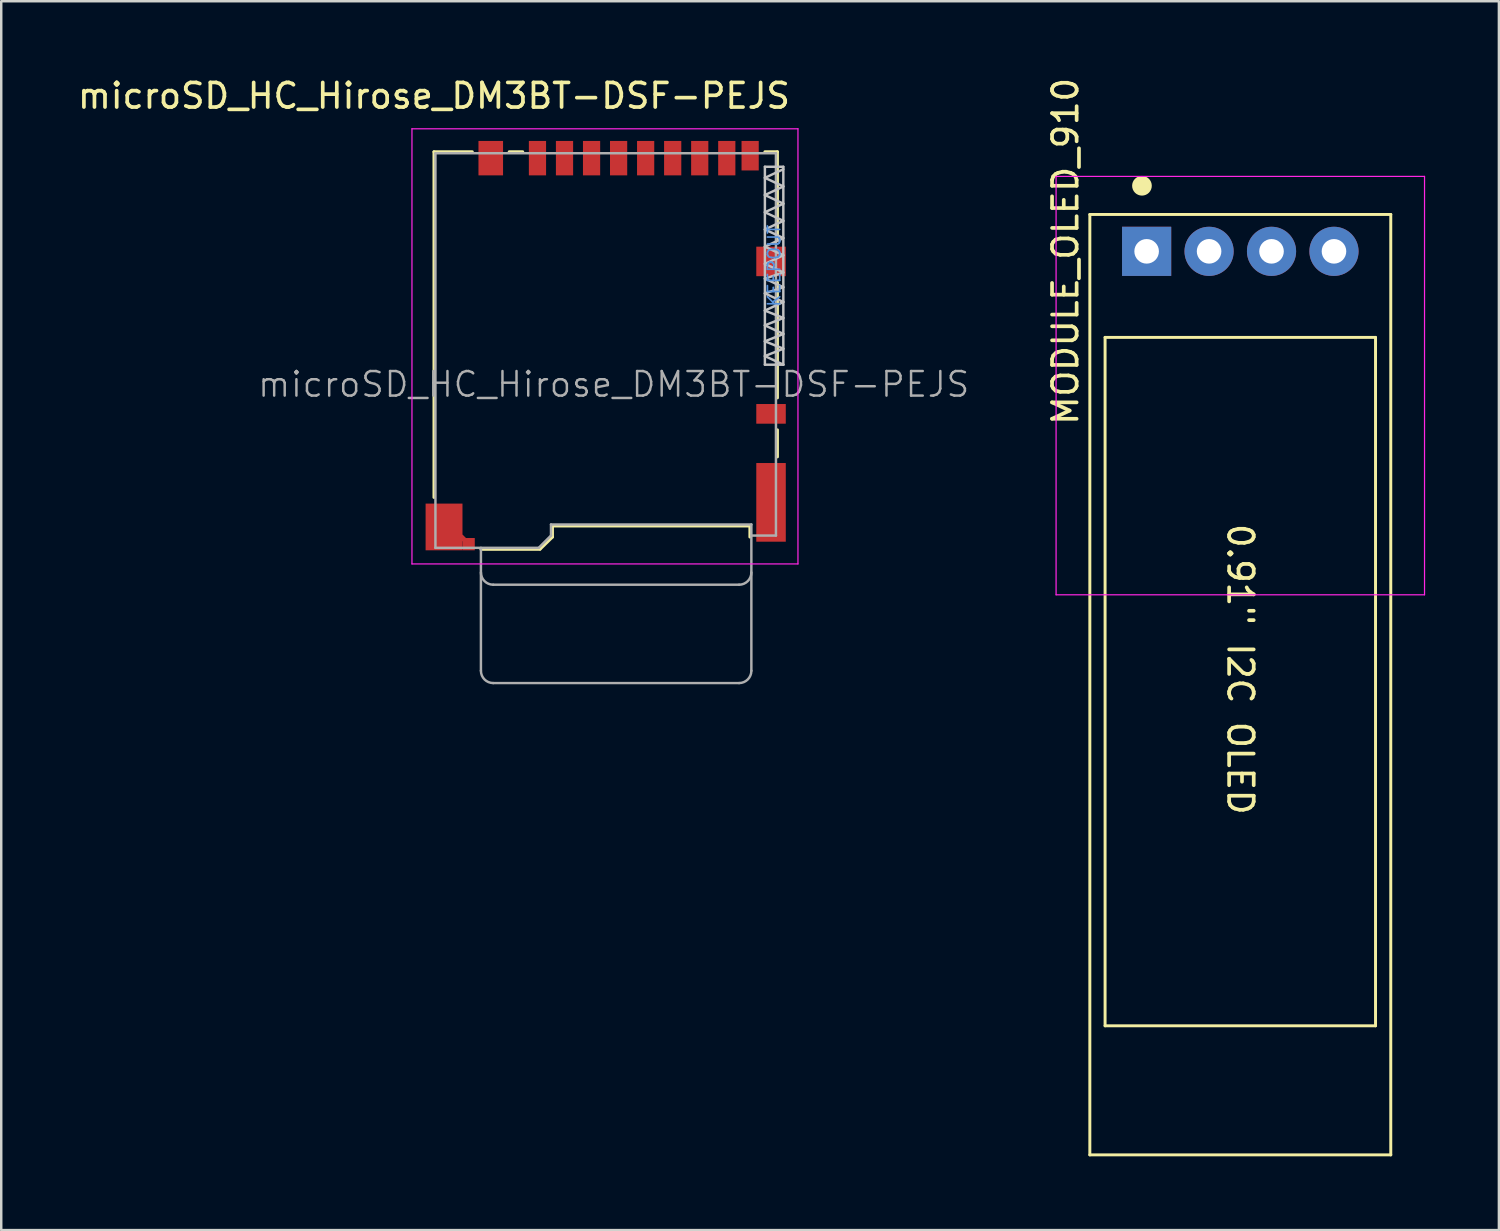
<source format=kicad_pcb>
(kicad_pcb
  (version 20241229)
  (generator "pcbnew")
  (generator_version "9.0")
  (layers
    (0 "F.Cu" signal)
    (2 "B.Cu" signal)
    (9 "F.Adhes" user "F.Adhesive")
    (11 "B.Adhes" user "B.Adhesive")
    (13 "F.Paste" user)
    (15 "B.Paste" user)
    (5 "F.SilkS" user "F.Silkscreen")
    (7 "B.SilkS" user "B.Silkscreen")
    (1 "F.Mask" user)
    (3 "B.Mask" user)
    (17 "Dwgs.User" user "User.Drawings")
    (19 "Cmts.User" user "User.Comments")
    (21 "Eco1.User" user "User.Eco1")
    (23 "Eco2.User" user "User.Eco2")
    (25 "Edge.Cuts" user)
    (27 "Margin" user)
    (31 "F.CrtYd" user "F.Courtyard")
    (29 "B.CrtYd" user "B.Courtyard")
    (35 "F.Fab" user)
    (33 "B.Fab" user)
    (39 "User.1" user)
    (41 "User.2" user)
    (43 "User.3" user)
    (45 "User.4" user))
  (footprint "microSD_HC_Hirose_DM3BT-DSF-PEJS"
    (layer "F.Cu")
    (at 21.586 11.008)
    (property "Reference" "microSD_HC_Hirose_DM3BT-DSF-PEJS" (at -6.985 -10.16 180) (layer "F.SilkS") (effects (font (size 1 1) (thickness 0.15))))
    (attr smd)
    (fp_line (start -6.985 -7.885) (end -6.985 6.175) (stroke (width 0.12) (type solid)) (layer "F.SilkS"))
    (fp_line (start -6.985 -7.885) (end -5.425 -7.885) (stroke (width 0.12) (type solid)) (layer "F.SilkS"))
    (fp_line (start -5.075 8.285) (end -2.675 8.285) (stroke (width 0.12) (type solid)) (layer "F.SilkS"))
    (fp_line (start -3.375 -7.885) (end -3.925 -7.885) (stroke (width 0.12) (type solid)) (layer "F.SilkS"))
    (fp_line (start -2.665 8.275) (end -2.165 7.785) (stroke (width 0.12) (type solid)) (layer "F.SilkS"))
    (fp_line (start -2.165 7.335) (end -2.165 7.785) (stroke (width 0.12) (type solid)) (layer "F.SilkS"))
    (fp_line (start 5.865 7.335) (end -2.165 7.335) (stroke (width 0.12) (type solid)) (layer "F.SilkS"))
    (fp_line (start 5.865 7.335) (end 5.865 7.785) (stroke (width 0.12) (type solid)) (layer "F.SilkS"))
    (fp_line (start 6.475 -7.885) (end 6.985 -7.885) (stroke (width 0.12) (type solid)) (layer "F.SilkS"))
    (fp_line (start 6.985 -7.885) (end 6.985 -4.275) (stroke (width 0.12) (type solid)) (layer "F.SilkS"))
    (fp_line (start 6.985 -2.575) (end 6.985 2.125) (stroke (width 0.12) (type solid)) (layer "F.SilkS"))
    (fp_line (start 6.985 3.425) (end 6.985 4.525) (stroke (width 0.12) (type solid)) (layer "F.SilkS"))
    (fp_line (start 6.475 -6.825) (end 7.225 -7.175) (stroke (width 0.1) (type solid)) (layer "Dwgs.User"))
    (fp_line (start 6.475 -6.125) (end 7.225 -6.475) (stroke (width 0.1) (type solid)) (layer "Dwgs.User"))
    (fp_line (start 6.475 -5.425) (end 7.225 -5.775) (stroke (width 0.1) (type solid)) (layer "Dwgs.User"))
    (fp_line (start 6.475 -4.725) (end 7.225 -5.075) (stroke (width 0.1) (type solid)) (layer "Dwgs.User"))
    (fp_line (start 6.475 -4.025) (end 7.225 -4.375) (stroke (width 0.1) (type solid)) (layer "Dwgs.User"))
    (fp_line (start 6.475 -3.325) (end 7.225 -3.675) (stroke (width 0.1) (type solid)) (layer "Dwgs.User"))
    (fp_line (start 6.475 -2.725) (end 7.225 -2.975) (stroke (width 0.1) (type solid)) (layer "Dwgs.User"))
    (fp_line (start 6.475 -2.125) (end 7.225 -2.375) (stroke (width 0.1) (type solid)) (layer "Dwgs.User"))
    (fp_line (start 6.475 -1.425) (end 7.225 -1.775) (stroke (width 0.1) (type solid)) (layer "Dwgs.User"))
    (fp_line (start 6.475 -0.825) (end 7.225 -1.125) (stroke (width 0.1) (type solid)) (layer "Dwgs.User"))
    (fp_line (start 6.475 -0.175) (end 7.225 -0.475) (stroke (width 0.1) (type solid)) (layer "Dwgs.User"))
    (fp_line (start 6.475 0.425) (end 7.225 0.125) (stroke (width 0.1) (type solid)) (layer "Dwgs.User"))
    (fp_line (start 6.475 0.775) (end 6.475 -7.275) (stroke (width 0.1) (type solid)) (layer "Dwgs.User"))
    (fp_line (start 7.225 -7.275) (end 6.475 -7.275) (stroke (width 0.1) (type solid)) (layer "Dwgs.User"))
    (fp_line (start 7.225 -6.475) (end 6.475 -6.825) (stroke (width 0.1) (type solid)) (layer "Dwgs.User"))
    (fp_line (start 7.225 -5.775) (end 6.475 -6.125) (stroke (width 0.1) (type solid)) (layer "Dwgs.User"))
    (fp_line (start 7.225 -5.075) (end 6.475 -5.425) (stroke (width 0.1) (type solid)) (layer "Dwgs.User"))
    (fp_line (start 7.225 -4.375) (end 6.475 -4.725) (stroke (width 0.1) (type solid)) (layer "Dwgs.User"))
    (fp_line (start 7.225 -3.675) (end 6.475 -4.025) (stroke (width 0.1) (type solid)) (layer "Dwgs.User"))
    (fp_line (start 7.225 -2.975) (end 6.475 -3.325) (stroke (width 0.1) (type solid)) (layer "Dwgs.User"))
    (fp_line (start 7.225 -2.375) (end 6.475 -2.725) (stroke (width 0.1) (type solid)) (layer "Dwgs.User"))
    (fp_line (start 7.225 -1.775) (end 6.475 -2.125) (stroke (width 0.1) (type solid)) (layer "Dwgs.User"))
    (fp_line (start 7.225 -1.125) (end 6.475 -1.425) (stroke (width 0.1) (type solid)) (layer "Dwgs.User"))
    (fp_line (start 7.225 -0.475) (end 6.475 -0.825) (stroke (width 0.1) (type solid)) (layer "Dwgs.User"))
    (fp_line (start 7.225 0.125) (end 6.475 -0.175) (stroke (width 0.1) (type solid)) (layer "Dwgs.User"))
    (fp_line (start 7.225 0.775) (end 6.475 0.425) (stroke (width 0.1) (type solid)) (layer "Dwgs.User"))
    (fp_line (start 7.225 0.775) (end 6.475 0.775) (stroke (width 0.1) (type solid)) (layer "Dwgs.User"))
    (fp_line (start 7.225 0.775) (end 7.225 -7.275) (stroke (width 0.1) (type solid)) (layer "Dwgs.User"))
    (fp_line (start -7.88 -8.82) (end 7.82 -8.82) (stroke (width 0.05) (type solid)) (layer "F.CrtYd"))
    (fp_line (start -7.88 8.88) (end -7.88 -8.82) (stroke (width 0.05) (type solid)) (layer "F.CrtYd"))
    (fp_line (start 7.82 -8.82) (end 7.82 8.88) (stroke (width 0.05) (type solid)) (layer "F.CrtYd"))
    (fp_line (start 7.82 8.88) (end -7.88 8.88) (stroke (width 0.05) (type solid)) (layer "F.CrtYd"))
    (fp_line (start -6.925 -7.825) (end 6.925 -7.825) (stroke (width 0.1) (type solid)) (layer "F.Fab"))
    (fp_line (start -6.925 8.225) (end -6.925 -7.825) (stroke (width 0.1) (type solid)) (layer "F.Fab"))
    (fp_line (start -6.925 8.225) (end -2.725 8.225) (stroke (width 0.1) (type solid)) (layer "F.Fab"))
    (fp_line (start -5.075 8.225) (end -5.075 13.225) (stroke (width 0.1) (type solid)) (layer "F.Fab"))
    (fp_line (start -4.575 9.725) (end 5.425 9.725) (stroke (width 0.1) (type solid)) (layer "F.Fab"))
    (fp_line (start -4.575 13.725) (end 5.425 13.725) (stroke (width 0.1) (type solid)) (layer "F.Fab"))
    (fp_line (start -2.225 7.275) (end -2.225 7.725) (stroke (width 0.1) (type solid)) (layer "F.Fab"))
    (fp_line (start -2.225 7.275) (end 5.925 7.275) (stroke (width 0.1) (type solid)) (layer "F.Fab"))
    (fp_line (start -2.225 7.725) (end -2.725 8.225) (stroke (width 0.1) (type solid)) (layer "F.Fab"))
    (fp_line (start 5.925 13.225) (end 5.925 7.275) (stroke (width 0.1) (type solid)) (layer "F.Fab"))
    (fp_line (start 6.925 7.725) (end 5.925 7.725) (stroke (width 0.1) (type solid)) (layer "F.Fab"))
    (fp_line (start 6.925 7.725) (end 6.925 -7.825) (stroke (width 0.1) (type solid)) (layer "F.Fab"))
    (fp_arc (start -4.575 9.725) (mid -4.928553 9.578553) (end -5.075 9.225) (stroke (width 0.1) (type solid)) (layer "F.Fab"))
    (fp_arc (start -4.575 13.725) (mid -4.928553 13.578553) (end -5.075 13.225) (stroke (width 0.1) (type solid)) (layer "F.Fab"))
    (fp_arc (start 5.925 9.225) (mid 5.778553 9.578553) (end 5.425 9.725) (stroke (width 0.1) (type solid)) (layer "F.Fab"))
    (fp_arc (start 5.925 13.225) (mid 5.778553 13.578553) (end 5.425 13.725) (stroke (width 0.1) (type solid)) (layer "F.Fab"))
    (fp_text user "KEEPOUT" (at 6.85 -3.25 270) (layer "Cmts.User") (effects (font (size 0.5 0.5) (thickness 0.07))))
    (fp_text user "${REFERENCE}" (at 0.325 1.575 180) (layer "F.Fab") (effects (font (size 1 1) (thickness 0.1))))
    (pad "1" smd rect (at -2.775 -7.625) (size 0.7 1.4) (layers "F.Cu" "F.Mask" "F.Paste"))
    (pad "2" smd rect (at -1.675 -7.625) (size 0.7 1.4) (layers "F.Cu" "F.Mask" "F.Paste"))
    (pad "3" smd rect (at -0.575 -7.625) (size 0.7 1.4) (layers "F.Cu" "F.Mask" "F.Paste"))
    (pad "4" smd rect (at 0.525 -7.625) (size 0.7 1.4) (layers "F.Cu" "F.Mask" "F.Paste"))
    (pad "5" smd rect (at 1.625 -7.625) (size 0.7 1.4) (layers "F.Cu" "F.Mask" "F.Paste"))
    (pad "6" smd rect (at 2.725 -7.625) (size 0.7 1.4) (layers "F.Cu" "F.Mask" "F.Paste"))
    (pad "7" smd rect (at 3.825 -7.625) (size 0.7 1.4) (layers "F.Cu" "F.Mask" "F.Paste"))
    (pad "8" smd rect (at 4.925 -7.625) (size 0.7 1.4) (layers "F.Cu" "F.Mask" "F.Paste"))
    (pad "9" smd rect (at 5.875 -7.725) (size 0.7 1.2) (layers "F.Cu" "F.Mask" "F.Paste"))
    (pad "10" smd rect (at 6.725 2.775) (size 1.2 0.8) (layers "F.Cu" "F.Mask" "F.Paste"))
    (pad "11" smd rect (at -6.575 7.375) (size 1.5 1.9) (layers "F.Cu" "F.Mask" "F.Paste"))
    (pad "11" smd rect (at -5.825 7.825 45) (size 0.2 0.2) (layers "F.Cu" "F.Mask" "F.Paste"))
    (pad "11" smd rect (at -5.575 8.075) (size 0.5 0.5) (layers "F.Cu" "F.Mask" "F.Paste"))
    (pad "11" smd rect (at -4.675 -7.625) (size 1 1.4) (layers "F.Cu" "F.Mask" "F.Paste"))
    (pad "11" smd rect (at 6.725 -3.425) (size 1.2 1.2) (layers "F.Cu" "F.Mask" "F.Paste"))
    (pad "11" smd rect (at 6.725 6.375) (size 1.2 3.2) (layers "F.Cu" "F.Mask" "F.Paste")))
  (footprint "MODULE_OLED_910"
    (layer "F.Cu")
    (at 47.398 7.173)
    (property "Reference" "MODULE_OLED_910" (at -7.112 0 90) (layer "F.SilkS") (effects (font (size 1 1) (thickness 0.15))))
    (attr through_hole)
    (fp_line (start -6.12 -1.5) (end -6.12 36.75) (stroke (width 0.12) (type solid)) (layer "F.SilkS"))
    (fp_line (start -5.5 3.5) (end -5.5 31.5) (stroke (width 0.12) (type solid)) (layer "F.SilkS"))
    (fp_line (start 5.5 3.5) (end -5.5 3.5) (stroke (width 0.12) (type solid)) (layer "F.SilkS"))
    (fp_line (start 5.5 3.5) (end 5.5 31.5) (stroke (width 0.12) (type solid)) (layer "F.SilkS"))
    (fp_line (start 5.5 31.5) (end -5.5 31.5) (stroke (width 0.12) (type solid)) (layer "F.SilkS"))
    (fp_line (start 6.12 -1.5) (end -6.12 -1.5) (stroke (width 0.12) (type solid)) (layer "F.SilkS"))
    (fp_line (start 6.12 -1.5) (end 6.12 36.75) (stroke (width 0.12) (type solid)) (layer "F.SilkS"))
    (fp_line (start 6.12 36.75) (end -6.12 36.75) (stroke (width 0.12) (type solid)) (layer "F.SilkS"))
    (fp_circle (center -4 -2.667) (end -4.2 -2.667) (stroke (width 0.4) (type solid)) (fill no) (layer "F.SilkS"))
    (fp_line (start -7.493 13.97) (end -7.493 -3.048) (stroke (width 0.05) (type solid)) (layer "F.CrtYd"))
    (fp_line (start -7.493 13.97) (end 7.493 13.97) (stroke (width 0.05) (type solid)) (layer "F.CrtYd"))
    (fp_line (start 7.493 -3.048) (end -7.493 -3.048) (stroke (width 0.05) (type solid)) (layer "F.CrtYd"))
    (fp_line (start 7.493 13.97) (end 7.493 -3.048) (stroke (width 0.05) (type solid)) (layer "F.CrtYd"))
    (fp_text user "0.91\" I2C OLED" (at 0 17 270) (unlocked yes) (layer "F.SilkS") (effects (font (size 1 1) (thickness 0.15))))
    (pad "1" thru_hole rect (at -3.81 0 180) (size 2 2) (drill 1) (layers "*.Cu" "*.Mask"))
    (pad "2" thru_hole circle (at -1.27 0 180) (size 2 2) (drill 1) (layers "*.Cu" "*.Mask"))
    (pad "3" thru_hole circle (at 1.27 0 180) (size 2 2) (drill 1) (layers "*.Cu" "*.Mask"))
    (pad "4" thru_hole circle (at 3.81 0 180) (size 2 2) (drill 1) (layers "*.Cu" "*.Mask")))
  (gr_rect
    (start -3 -3)
    (end 57.916 46.983)
    (stroke (width 0.1) (type default))
    (fill no)
    (layer "Edge.Cuts")))
</source>
